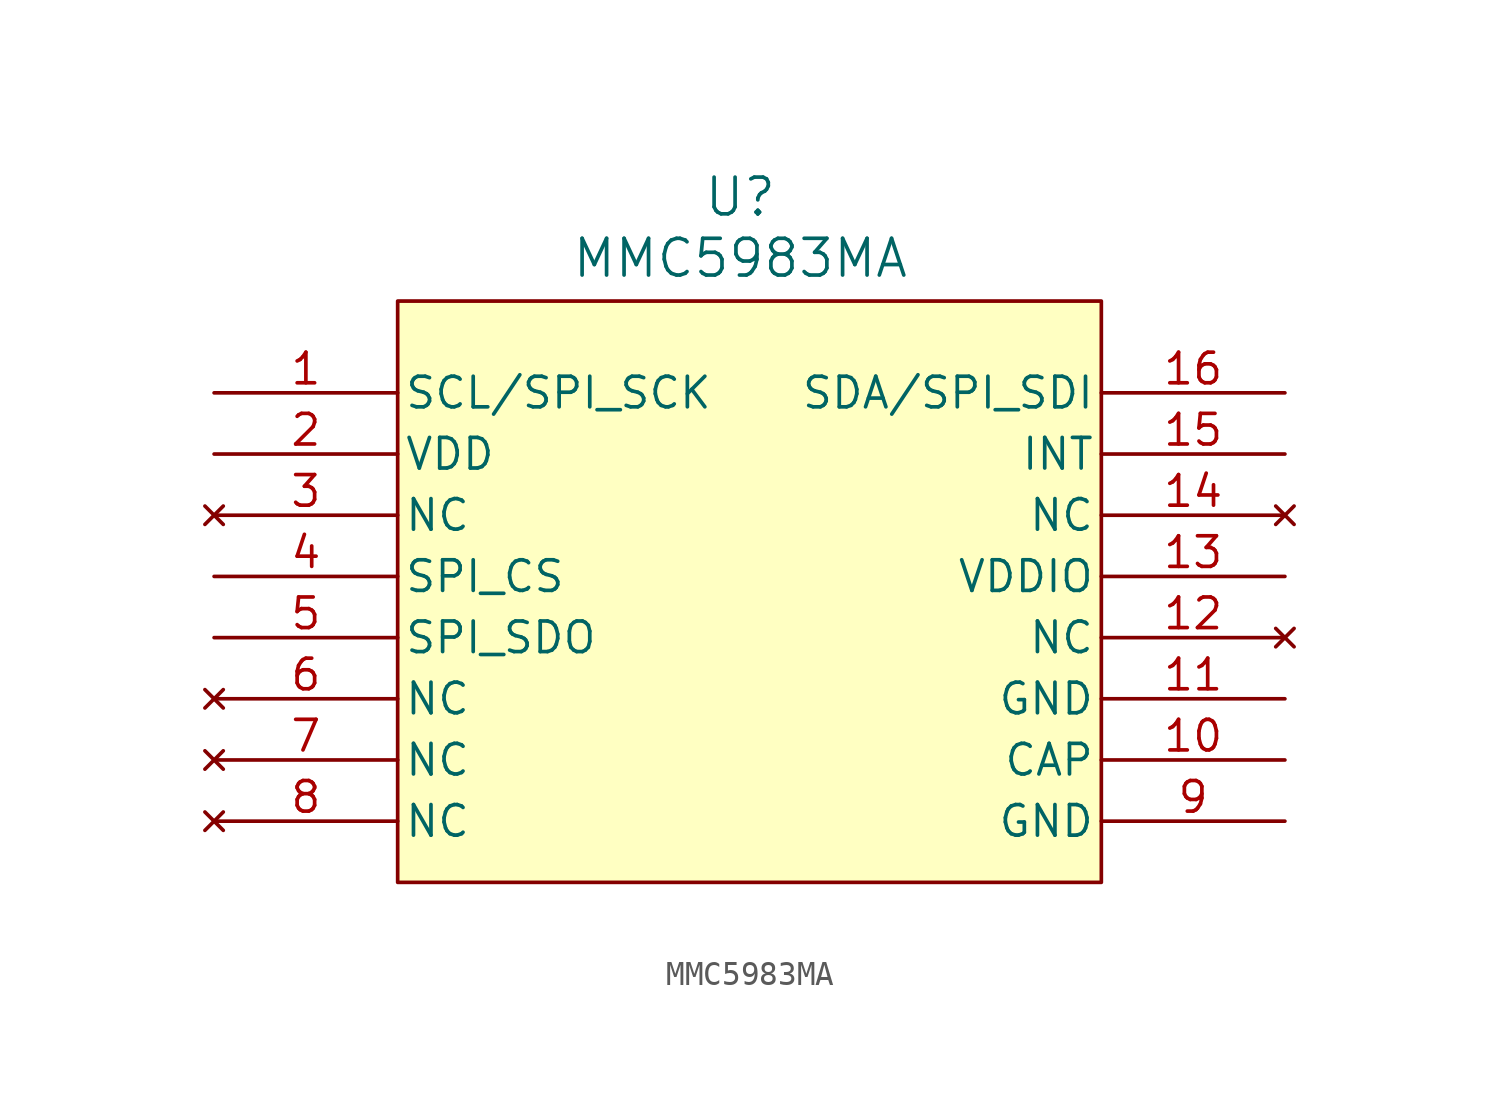
<source format=kicad_sym>
(kicad_symbol_lib
  (version 20231120)
  (generator "kicad_symbol_editor")
  (generator_version "8.0")
  (symbol "MMC5983MA"
    (pin_names
      (offset 0.254))
    (property "Reference" "U"
      (at 48.514 8.128 0)
      (effects (font (size 1.524 1.524))))
    (property "Value" "MMC5983MA"
      (at 48.514 5.588 0)
      (effects (font (size 1.524 1.524))))
    (property "ki_locked" ""
      (at 0 0 0)
      (effects (font (size 1.27 1.27))))
    (symbol "MMC5983MA_0_1"
      (pin input line (at 26.67 0 0) (length 7.62) (name "SCL/SPI_SCK" (effects (font (size 1.27 1.27)))) (number "1" (effects (font (size 1.27 1.27)))))
      (pin power_in line (at 71.12 -15.24 180) (length 7.62) (name "CAP" (effects (font (size 1.27 1.27)))) (number "10" (effects (font (size 1.27 1.27)))))
      (pin power_out line (at 71.12 -12.7 180) (length 7.62) (name "GND" (effects (font (size 1.27 1.27)))) (number "11" (effects (font (size 1.27 1.27)))))
      (pin no_connect line (at 71.12 -10.16 180) (length 7.62) (name "NC" (effects (font (size 1.27 1.27)))) (number "12" (effects (font (size 1.27 1.27)))))
      (pin power_in line (at 71.12 -7.62 180) (length 7.62) (name "VDDIO" (effects (font (size 1.27 1.27)))) (number "13" (effects (font (size 1.27 1.27)))))
      (pin no_connect line (at 71.12 -5.08 180) (length 7.62) (name "NC" (effects (font (size 1.27 1.27)))) (number "14" (effects (font (size 1.27 1.27)))))
      (pin output line (at 71.12 -2.54 180) (length 7.62) (name "INT" (effects (font (size 1.27 1.27)))) (number "15" (effects (font (size 1.27 1.27)))))
      (pin bidirectional line (at 71.12 0 180) (length 7.62) (name "SDA/SPI_SDI" (effects (font (size 1.27 1.27)))) (number "16" (effects (font (size 1.27 1.27)))))
      (pin power_in line (at 26.67 -2.54 0) (length 7.62) (name "VDD" (effects (font (size 1.27 1.27)))) (number "2" (effects (font (size 1.27 1.27)))))
      (pin no_connect line (at 26.67 -5.08 0) (length 7.62) (name "NC" (effects (font (size 1.27 1.27)))) (number "3" (effects (font (size 1.27 1.27)))))
      (pin input line (at 26.67 -7.62 0) (length 7.62) (name "SPI_CS" (effects (font (size 1.27 1.27)))) (number "4" (effects (font (size 1.27 1.27)))))
      (pin output line (at 26.67 -10.16 0) (length 7.62) (name "SPI_SDO" (effects (font (size 1.27 1.27)))) (number "5" (effects (font (size 1.27 1.27)))))
      (pin no_connect line (at 26.67 -12.7 0) (length 7.62) (name "NC" (effects (font (size 1.27 1.27)))) (number "6" (effects (font (size 1.27 1.27)))))
      (pin no_connect line (at 26.67 -15.24 0) (length 7.62) (name "NC" (effects (font (size 1.27 1.27)))) (number "7" (effects (font (size 1.27 1.27)))))
      (pin no_connect line (at 26.67 -17.78 0) (length 7.62) (name "NC" (effects (font (size 1.27 1.27)))) (number "8" (effects (font (size 1.27 1.27)))))
      (pin power_out line (at 71.12 -17.78 180) (length 7.62) (name "GND" (effects (font (size 1.27 1.27)))) (number "9" (effects (font (size 1.27 1.27))))))
    (symbol "MMC5983MA_1_1"
      (rectangle (start 34.29 3.81) (end 63.5 -20.32) (stroke (width 0) (type default)) (fill (type background))))))
</source>
